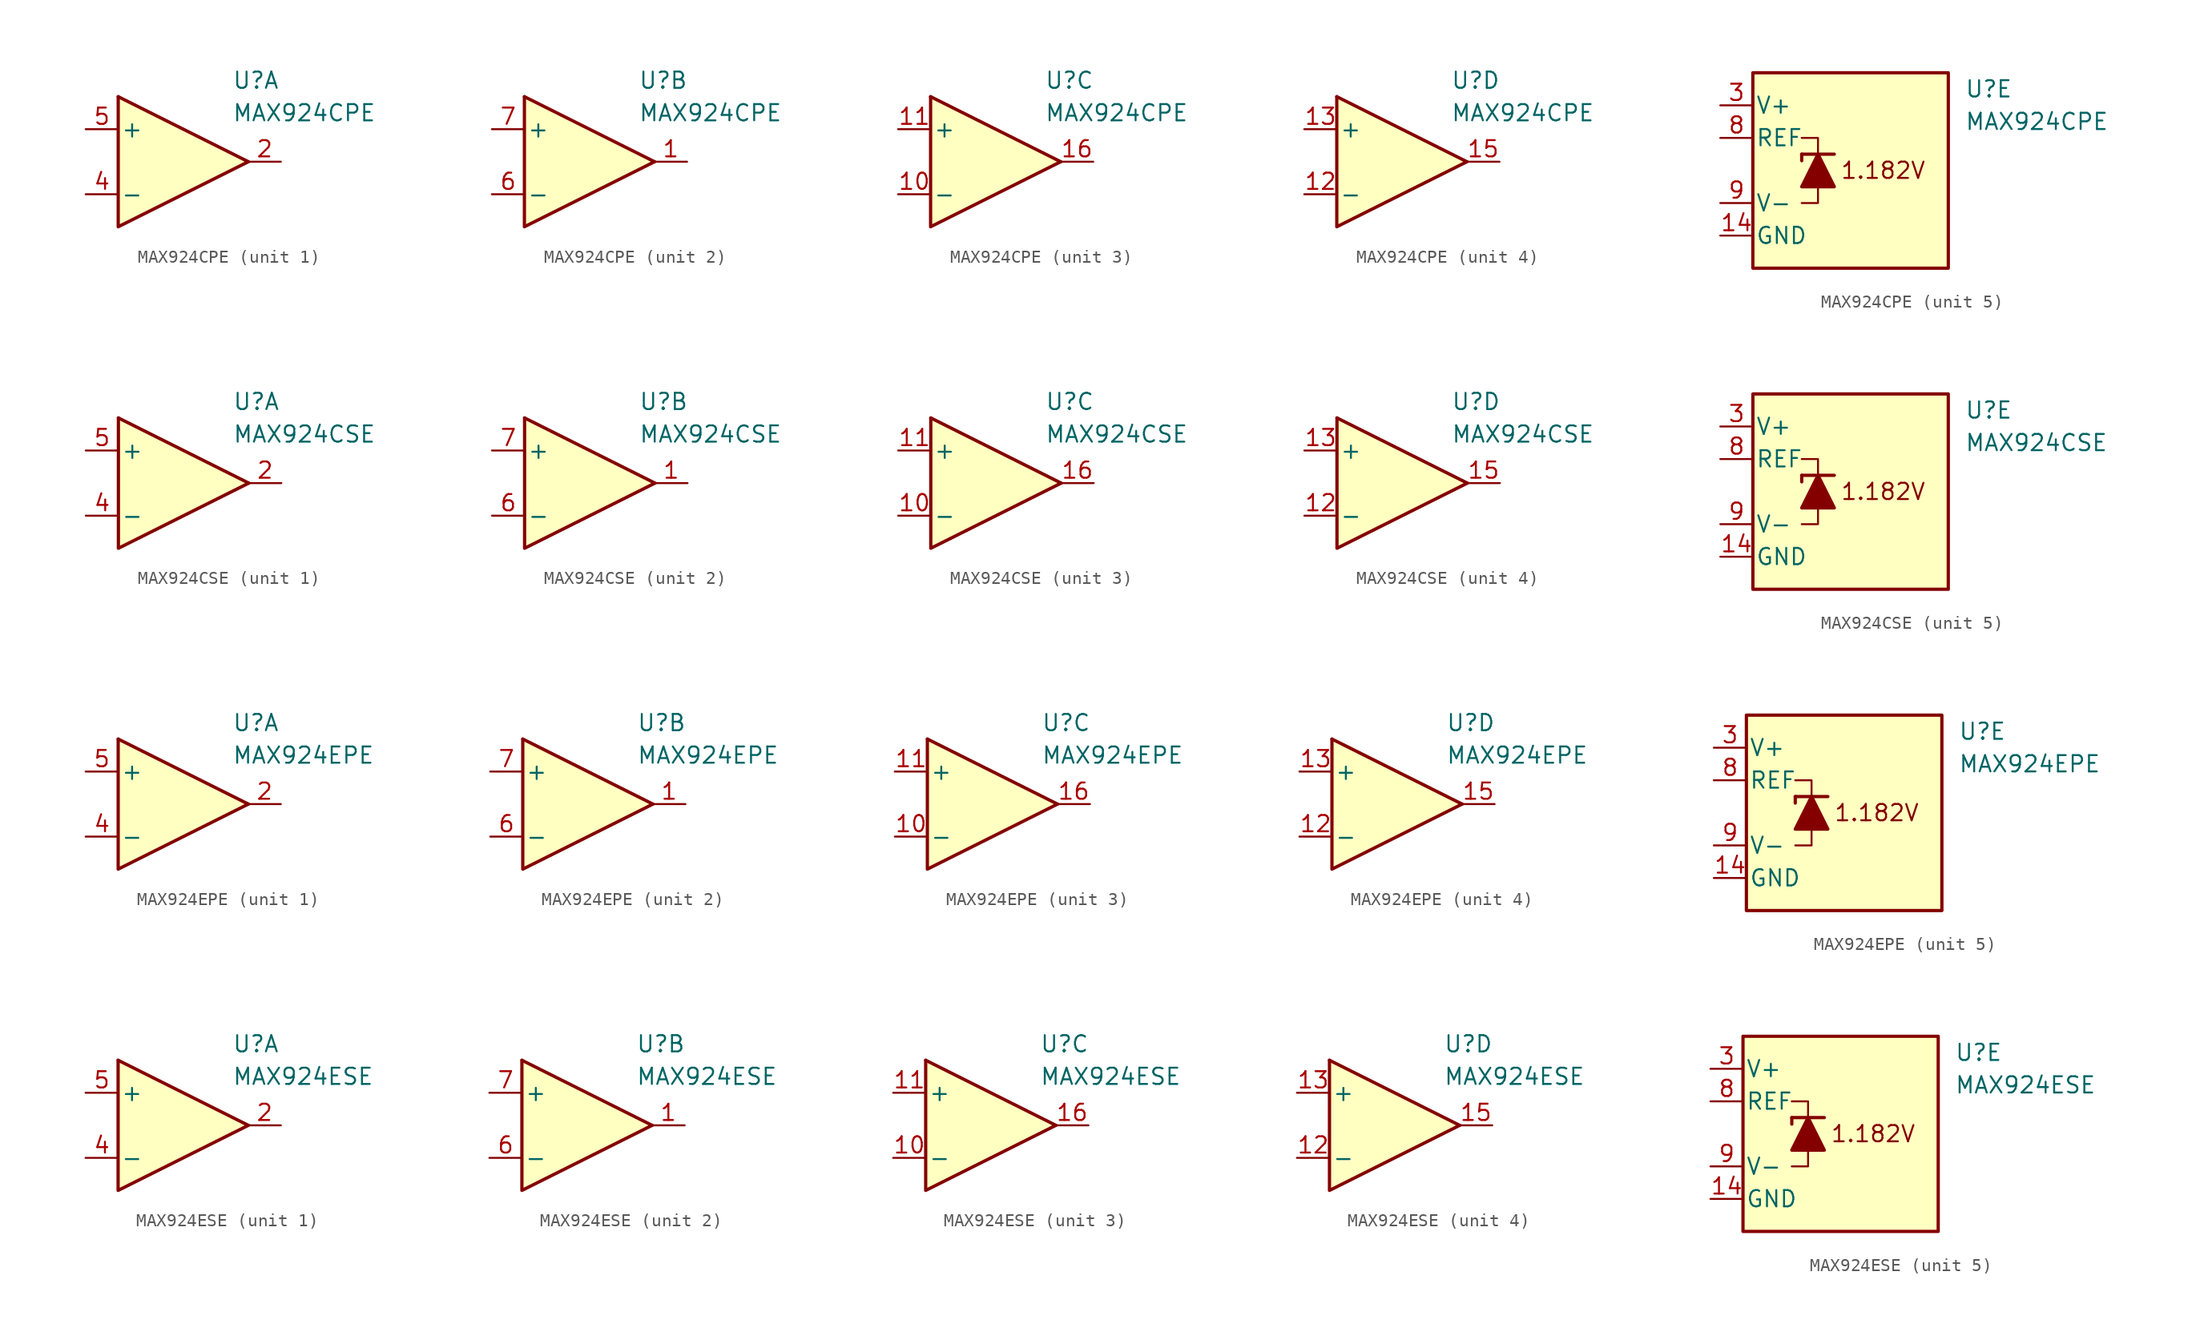
<source format=kicad_sym>
(kicad_symbol_lib
  (version 20231120)
  (generator "kicad_symbol_editor")
  (generator_version "8.0")
  (symbol "MAX924CPE"
    (pin_names
      (offset 0.2))
    (property "Reference" "U"
      (at 5.08 6.35 0)
      (effects (font (size 1.27 1.27)) (justify left)))
    (property "Value" "MAX924CPE"
      (at 5.08 3.81 0)
      (effects (font (size 1.27 1.27)) (justify left)))
    (property "ki_locked" ""
      (at 0 0 0)
      (effects (font (size 1.27 1.27))))
    (symbol "MAX924CPE_1_1"
      (polyline (pts (xy -3.81 5.08) (xy 6.35 0)) (stroke (width 0.254) (type default)) (fill (type none)))
      (polyline (pts (xy -3.81 5.08) (xy -3.81 -5.08) (xy 6.35 0)) (stroke (width 0.254) (type default)) (fill (type background)))
      (pin output line (at 8.89 0 180) (length 2.54) (name "~" (effects (font (size 1.27 1.27)))) (number "2" (effects (font (size 1.27 1.27)))))
      (pin input line (at -6.35 -2.54 0) (length 2.54) (name "-" (effects (font (size 1.27 1.27)))) (number "4" (effects (font (size 1.27 1.27)))))
      (pin input line (at -6.35 2.54 0) (length 2.54) (name "+" (effects (font (size 1.27 1.27)))) (number "5" (effects (font (size 1.27 1.27))))))
    (symbol "MAX924CPE_2_1"
      (polyline (pts (xy -3.81 5.08) (xy 6.35 0)) (stroke (width 0.254) (type default)) (fill (type none)))
      (polyline (pts (xy -3.81 5.08) (xy -3.81 -5.08) (xy 6.35 0)) (stroke (width 0.254) (type default)) (fill (type background)))
      (pin output line (at 8.89 0 180) (length 2.54) (name "~" (effects (font (size 1.27 1.27)))) (number "1" (effects (font (size 1.27 1.27)))))
      (pin input line (at -6.35 -2.54 0) (length 2.54) (name "-" (effects (font (size 1.27 1.27)))) (number "6" (effects (font (size 1.27 1.27)))))
      (pin input line (at -6.35 2.54 0) (length 2.54) (name "+" (effects (font (size 1.27 1.27)))) (number "7" (effects (font (size 1.27 1.27))))))
    (symbol "MAX924CPE_3_1"
      (polyline (pts (xy -3.81 5.08) (xy 6.35 0)) (stroke (width 0.254) (type default)) (fill (type none)))
      (polyline (pts (xy -3.81 5.08) (xy -3.81 -5.08) (xy 6.35 0)) (stroke (width 0.254) (type default)) (fill (type background)))
      (pin input line (at -6.35 -2.54 0) (length 2.54) (name "-" (effects (font (size 1.27 1.27)))) (number "10" (effects (font (size 1.27 1.27)))))
      (pin input line (at -6.35 2.54 0) (length 2.54) (name "+" (effects (font (size 1.27 1.27)))) (number "11" (effects (font (size 1.27 1.27)))))
      (pin output line (at 8.89 0 180) (length 2.54) (name "~" (effects (font (size 1.27 1.27)))) (number "16" (effects (font (size 1.27 1.27))))))
    (symbol "MAX924CPE_4_1"
      (polyline (pts (xy -3.81 5.08) (xy 6.35 0)) (stroke (width 0.254) (type default)) (fill (type none)))
      (polyline (pts (xy -3.81 5.08) (xy -3.81 -5.08) (xy 6.35 0)) (stroke (width 0.254) (type default)) (fill (type background)))
      (pin input line (at -6.35 -2.54 0) (length 2.54) (name "-" (effects (font (size 1.27 1.27)))) (number "12" (effects (font (size 1.27 1.27)))))
      (pin input line (at -6.35 2.54 0) (length 2.54) (name "+" (effects (font (size 1.27 1.27)))) (number "13" (effects (font (size 1.27 1.27)))))
      (pin output line (at 8.89 0 180) (length 2.54) (name "~" (effects (font (size 1.27 1.27)))) (number "15" (effects (font (size 1.27 1.27))))))
    (symbol "MAX924CPE_5_0"
      (text "1.182V" (at -1.27 0 0) (effects (font (size 1.27 1.27)))))
    (symbol "MAX924CPE_5_1"
      (rectangle (start -11.43 7.62) (end 3.81 -7.62) (stroke (width 0.254) (type default)) (fill (type background)))
      (polyline (pts (xy -7.62 1.27) (xy -7.62 0.762)) (stroke (width 0.254) (type default)) (fill (type none)))
      (polyline (pts (xy -7.62 1.27) (xy -5.08 1.27)) (stroke (width 0.254) (type default)) (fill (type none)))
      (polyline (pts (xy -6.35 -1.27) (xy -6.35 -2.54) (xy -7.62 -2.54)) (stroke (width 0) (type default)) (fill (type none)))
      (polyline (pts (xy -6.35 1.27) (xy -6.35 2.54) (xy -7.62 2.54)) (stroke (width 0) (type default)) (fill (type none)))
      (polyline (pts (xy -5.08 -1.27) (xy -7.62 -1.27) (xy -6.35 1.27) (xy -5.08 -1.27)) (stroke (width 0.254) (type default)) (fill (type outline)))
      (pin power_in line (at -13.97 -5.08 0) (length 2.54) (name "GND" (effects (font (size 1.27 1.27)))) (number "14" (effects (font (size 1.27 1.27)))))
      (pin power_in line (at -13.97 5.08 0) (length 2.54) (name "V+" (effects (font (size 1.27 1.27)))) (number "3" (effects (font (size 1.27 1.27)))))
      (pin output line (at -13.97 2.54 0) (length 2.54) (name "REF" (effects (font (size 1.27 1.27)))) (number "8" (effects (font (size 1.27 1.27)))))
      (pin power_in line (at -13.97 -2.54 0) (length 2.54) (name "V-" (effects (font (size 1.27 1.27)))) (number "9" (effects (font (size 1.27 1.27)))))))
  (symbol "MAX924CSE"
    (pin_names
      (offset 0.2))
    (property "Reference" "U"
      (at 5.08 6.35 0)
      (effects (font (size 1.27 1.27)) (justify left)))
    (property "Value" "MAX924CSE"
      (at 5.08 3.81 0)
      (effects (font (size 1.27 1.27)) (justify left)))
    (property "ki_locked" ""
      (at 0 0 0)
      (effects (font (size 1.27 1.27))))
    (symbol "MAX924CSE_1_1"
      (polyline (pts (xy -3.81 5.08) (xy 6.35 0)) (stroke (width 0.254) (type default)) (fill (type none)))
      (polyline (pts (xy -3.81 5.08) (xy -3.81 -5.08) (xy 6.35 0)) (stroke (width 0.254) (type default)) (fill (type background)))
      (pin output line (at 8.89 0 180) (length 2.54) (name "~" (effects (font (size 1.27 1.27)))) (number "2" (effects (font (size 1.27 1.27)))))
      (pin input line (at -6.35 -2.54 0) (length 2.54) (name "-" (effects (font (size 1.27 1.27)))) (number "4" (effects (font (size 1.27 1.27)))))
      (pin input line (at -6.35 2.54 0) (length 2.54) (name "+" (effects (font (size 1.27 1.27)))) (number "5" (effects (font (size 1.27 1.27))))))
    (symbol "MAX924CSE_2_1"
      (polyline (pts (xy -3.81 5.08) (xy 6.35 0)) (stroke (width 0.254) (type default)) (fill (type none)))
      (polyline (pts (xy -3.81 5.08) (xy -3.81 -5.08) (xy 6.35 0)) (stroke (width 0.254) (type default)) (fill (type background)))
      (pin output line (at 8.89 0 180) (length 2.54) (name "~" (effects (font (size 1.27 1.27)))) (number "1" (effects (font (size 1.27 1.27)))))
      (pin input line (at -6.35 -2.54 0) (length 2.54) (name "-" (effects (font (size 1.27 1.27)))) (number "6" (effects (font (size 1.27 1.27)))))
      (pin input line (at -6.35 2.54 0) (length 2.54) (name "+" (effects (font (size 1.27 1.27)))) (number "7" (effects (font (size 1.27 1.27))))))
    (symbol "MAX924CSE_3_1"
      (polyline (pts (xy -3.81 5.08) (xy 6.35 0)) (stroke (width 0.254) (type default)) (fill (type none)))
      (polyline (pts (xy -3.81 5.08) (xy -3.81 -5.08) (xy 6.35 0)) (stroke (width 0.254) (type default)) (fill (type background)))
      (pin input line (at -6.35 -2.54 0) (length 2.54) (name "-" (effects (font (size 1.27 1.27)))) (number "10" (effects (font (size 1.27 1.27)))))
      (pin input line (at -6.35 2.54 0) (length 2.54) (name "+" (effects (font (size 1.27 1.27)))) (number "11" (effects (font (size 1.27 1.27)))))
      (pin output line (at 8.89 0 180) (length 2.54) (name "~" (effects (font (size 1.27 1.27)))) (number "16" (effects (font (size 1.27 1.27))))))
    (symbol "MAX924CSE_4_1"
      (polyline (pts (xy -3.81 5.08) (xy 6.35 0)) (stroke (width 0.254) (type default)) (fill (type none)))
      (polyline (pts (xy -3.81 5.08) (xy -3.81 -5.08) (xy 6.35 0)) (stroke (width 0.254) (type default)) (fill (type background)))
      (pin input line (at -6.35 -2.54 0) (length 2.54) (name "-" (effects (font (size 1.27 1.27)))) (number "12" (effects (font (size 1.27 1.27)))))
      (pin input line (at -6.35 2.54 0) (length 2.54) (name "+" (effects (font (size 1.27 1.27)))) (number "13" (effects (font (size 1.27 1.27)))))
      (pin output line (at 8.89 0 180) (length 2.54) (name "~" (effects (font (size 1.27 1.27)))) (number "15" (effects (font (size 1.27 1.27))))))
    (symbol "MAX924CSE_5_0"
      (text "1.182V" (at -1.27 0 0) (effects (font (size 1.27 1.27)))))
    (symbol "MAX924CSE_5_1"
      (rectangle (start -11.43 7.62) (end 3.81 -7.62) (stroke (width 0.254) (type default)) (fill (type background)))
      (polyline (pts (xy -7.62 1.27) (xy -7.62 0.762)) (stroke (width 0.254) (type default)) (fill (type none)))
      (polyline (pts (xy -7.62 1.27) (xy -5.08 1.27)) (stroke (width 0.254) (type default)) (fill (type none)))
      (polyline (pts (xy -6.35 -1.27) (xy -6.35 -2.54) (xy -7.62 -2.54)) (stroke (width 0) (type default)) (fill (type none)))
      (polyline (pts (xy -6.35 1.27) (xy -6.35 2.54) (xy -7.62 2.54)) (stroke (width 0) (type default)) (fill (type none)))
      (polyline (pts (xy -5.08 -1.27) (xy -7.62 -1.27) (xy -6.35 1.27) (xy -5.08 -1.27)) (stroke (width 0.254) (type default)) (fill (type outline)))
      (pin power_in line (at -13.97 -5.08 0) (length 2.54) (name "GND" (effects (font (size 1.27 1.27)))) (number "14" (effects (font (size 1.27 1.27)))))
      (pin power_in line (at -13.97 5.08 0) (length 2.54) (name "V+" (effects (font (size 1.27 1.27)))) (number "3" (effects (font (size 1.27 1.27)))))
      (pin output line (at -13.97 2.54 0) (length 2.54) (name "REF" (effects (font (size 1.27 1.27)))) (number "8" (effects (font (size 1.27 1.27)))))
      (pin power_in line (at -13.97 -2.54 0) (length 2.54) (name "V-" (effects (font (size 1.27 1.27)))) (number "9" (effects (font (size 1.27 1.27)))))))
  (symbol "MAX924EPE"
    (pin_names
      (offset 0.2))
    (property "Reference" "U"
      (at 5.08 6.35 0)
      (effects (font (size 1.27 1.27)) (justify left)))
    (property "Value" "MAX924EPE"
      (at 5.08 3.81 0)
      (effects (font (size 1.27 1.27)) (justify left)))
    (property "ki_locked" ""
      (at 0 0 0)
      (effects (font (size 1.27 1.27))))
    (symbol "MAX924EPE_1_1"
      (polyline (pts (xy -3.81 5.08) (xy 6.35 0)) (stroke (width 0.254) (type default)) (fill (type none)))
      (polyline (pts (xy -3.81 5.08) (xy -3.81 -5.08) (xy 6.35 0)) (stroke (width 0.254) (type default)) (fill (type background)))
      (pin output line (at 8.89 0 180) (length 2.54) (name "~" (effects (font (size 1.27 1.27)))) (number "2" (effects (font (size 1.27 1.27)))))
      (pin input line (at -6.35 -2.54 0) (length 2.54) (name "-" (effects (font (size 1.27 1.27)))) (number "4" (effects (font (size 1.27 1.27)))))
      (pin input line (at -6.35 2.54 0) (length 2.54) (name "+" (effects (font (size 1.27 1.27)))) (number "5" (effects (font (size 1.27 1.27))))))
    (symbol "MAX924EPE_2_1"
      (polyline (pts (xy -3.81 5.08) (xy 6.35 0)) (stroke (width 0.254) (type default)) (fill (type none)))
      (polyline (pts (xy -3.81 5.08) (xy -3.81 -5.08) (xy 6.35 0)) (stroke (width 0.254) (type default)) (fill (type background)))
      (pin output line (at 8.89 0 180) (length 2.54) (name "~" (effects (font (size 1.27 1.27)))) (number "1" (effects (font (size 1.27 1.27)))))
      (pin input line (at -6.35 -2.54 0) (length 2.54) (name "-" (effects (font (size 1.27 1.27)))) (number "6" (effects (font (size 1.27 1.27)))))
      (pin input line (at -6.35 2.54 0) (length 2.54) (name "+" (effects (font (size 1.27 1.27)))) (number "7" (effects (font (size 1.27 1.27))))))
    (symbol "MAX924EPE_3_1"
      (polyline (pts (xy -3.81 5.08) (xy 6.35 0)) (stroke (width 0.254) (type default)) (fill (type none)))
      (polyline (pts (xy -3.81 5.08) (xy -3.81 -5.08) (xy 6.35 0)) (stroke (width 0.254) (type default)) (fill (type background)))
      (pin input line (at -6.35 -2.54 0) (length 2.54) (name "-" (effects (font (size 1.27 1.27)))) (number "10" (effects (font (size 1.27 1.27)))))
      (pin input line (at -6.35 2.54 0) (length 2.54) (name "+" (effects (font (size 1.27 1.27)))) (number "11" (effects (font (size 1.27 1.27)))))
      (pin output line (at 8.89 0 180) (length 2.54) (name "~" (effects (font (size 1.27 1.27)))) (number "16" (effects (font (size 1.27 1.27))))))
    (symbol "MAX924EPE_4_1"
      (polyline (pts (xy -3.81 5.08) (xy 6.35 0)) (stroke (width 0.254) (type default)) (fill (type none)))
      (polyline (pts (xy -3.81 5.08) (xy -3.81 -5.08) (xy 6.35 0)) (stroke (width 0.254) (type default)) (fill (type background)))
      (pin input line (at -6.35 -2.54 0) (length 2.54) (name "-" (effects (font (size 1.27 1.27)))) (number "12" (effects (font (size 1.27 1.27)))))
      (pin input line (at -6.35 2.54 0) (length 2.54) (name "+" (effects (font (size 1.27 1.27)))) (number "13" (effects (font (size 1.27 1.27)))))
      (pin output line (at 8.89 0 180) (length 2.54) (name "~" (effects (font (size 1.27 1.27)))) (number "15" (effects (font (size 1.27 1.27))))))
    (symbol "MAX924EPE_5_0"
      (text "1.182V" (at -1.27 0 0) (effects (font (size 1.27 1.27)))))
    (symbol "MAX924EPE_5_1"
      (rectangle (start -11.43 7.62) (end 3.81 -7.62) (stroke (width 0.254) (type default)) (fill (type background)))
      (polyline (pts (xy -7.62 1.27) (xy -7.62 0.762)) (stroke (width 0.254) (type default)) (fill (type none)))
      (polyline (pts (xy -7.62 1.27) (xy -5.08 1.27)) (stroke (width 0.254) (type default)) (fill (type none)))
      (polyline (pts (xy -6.35 -1.27) (xy -6.35 -2.54) (xy -7.62 -2.54)) (stroke (width 0) (type default)) (fill (type none)))
      (polyline (pts (xy -6.35 1.27) (xy -6.35 2.54) (xy -7.62 2.54)) (stroke (width 0) (type default)) (fill (type none)))
      (polyline (pts (xy -5.08 -1.27) (xy -7.62 -1.27) (xy -6.35 1.27) (xy -5.08 -1.27)) (stroke (width 0.254) (type default)) (fill (type outline)))
      (pin power_in line (at -13.97 -5.08 0) (length 2.54) (name "GND" (effects (font (size 1.27 1.27)))) (number "14" (effects (font (size 1.27 1.27)))))
      (pin power_in line (at -13.97 5.08 0) (length 2.54) (name "V+" (effects (font (size 1.27 1.27)))) (number "3" (effects (font (size 1.27 1.27)))))
      (pin output line (at -13.97 2.54 0) (length 2.54) (name "REF" (effects (font (size 1.27 1.27)))) (number "8" (effects (font (size 1.27 1.27)))))
      (pin power_in line (at -13.97 -2.54 0) (length 2.54) (name "V-" (effects (font (size 1.27 1.27)))) (number "9" (effects (font (size 1.27 1.27)))))))
  (symbol "MAX924ESE"
    (pin_names
      (offset 0.2))
    (property "Reference" "U"
      (at 5.08 6.35 0)
      (effects (font (size 1.27 1.27)) (justify left)))
    (property "Value" "MAX924ESE"
      (at 5.08 3.81 0)
      (effects (font (size 1.27 1.27)) (justify left)))
    (property "ki_locked" ""
      (at 0 0 0)
      (effects (font (size 1.27 1.27))))
    (symbol "MAX924ESE_1_1"
      (polyline (pts (xy -3.81 5.08) (xy 6.35 0)) (stroke (width 0.254) (type default)) (fill (type none)))
      (polyline (pts (xy -3.81 5.08) (xy -3.81 -5.08) (xy 6.35 0)) (stroke (width 0.254) (type default)) (fill (type background)))
      (pin output line (at 8.89 0 180) (length 2.54) (name "~" (effects (font (size 1.27 1.27)))) (number "2" (effects (font (size 1.27 1.27)))))
      (pin input line (at -6.35 -2.54 0) (length 2.54) (name "-" (effects (font (size 1.27 1.27)))) (number "4" (effects (font (size 1.27 1.27)))))
      (pin input line (at -6.35 2.54 0) (length 2.54) (name "+" (effects (font (size 1.27 1.27)))) (number "5" (effects (font (size 1.27 1.27))))))
    (symbol "MAX924ESE_2_1"
      (polyline (pts (xy -3.81 5.08) (xy 6.35 0)) (stroke (width 0.254) (type default)) (fill (type none)))
      (polyline (pts (xy -3.81 5.08) (xy -3.81 -5.08) (xy 6.35 0)) (stroke (width 0.254) (type default)) (fill (type background)))
      (pin output line (at 8.89 0 180) (length 2.54) (name "~" (effects (font (size 1.27 1.27)))) (number "1" (effects (font (size 1.27 1.27)))))
      (pin input line (at -6.35 -2.54 0) (length 2.54) (name "-" (effects (font (size 1.27 1.27)))) (number "6" (effects (font (size 1.27 1.27)))))
      (pin input line (at -6.35 2.54 0) (length 2.54) (name "+" (effects (font (size 1.27 1.27)))) (number "7" (effects (font (size 1.27 1.27))))))
    (symbol "MAX924ESE_3_1"
      (polyline (pts (xy -3.81 5.08) (xy 6.35 0)) (stroke (width 0.254) (type default)) (fill (type none)))
      (polyline (pts (xy -3.81 5.08) (xy -3.81 -5.08) (xy 6.35 0)) (stroke (width 0.254) (type default)) (fill (type background)))
      (pin input line (at -6.35 -2.54 0) (length 2.54) (name "-" (effects (font (size 1.27 1.27)))) (number "10" (effects (font (size 1.27 1.27)))))
      (pin input line (at -6.35 2.54 0) (length 2.54) (name "+" (effects (font (size 1.27 1.27)))) (number "11" (effects (font (size 1.27 1.27)))))
      (pin output line (at 8.89 0 180) (length 2.54) (name "~" (effects (font (size 1.27 1.27)))) (number "16" (effects (font (size 1.27 1.27))))))
    (symbol "MAX924ESE_4_1"
      (polyline (pts (xy -3.81 5.08) (xy 6.35 0)) (stroke (width 0.254) (type default)) (fill (type none)))
      (polyline (pts (xy -3.81 5.08) (xy -3.81 -5.08) (xy 6.35 0)) (stroke (width 0.254) (type default)) (fill (type background)))
      (pin input line (at -6.35 -2.54 0) (length 2.54) (name "-" (effects (font (size 1.27 1.27)))) (number "12" (effects (font (size 1.27 1.27)))))
      (pin input line (at -6.35 2.54 0) (length 2.54) (name "+" (effects (font (size 1.27 1.27)))) (number "13" (effects (font (size 1.27 1.27)))))
      (pin output line (at 8.89 0 180) (length 2.54) (name "~" (effects (font (size 1.27 1.27)))) (number "15" (effects (font (size 1.27 1.27))))))
    (symbol "MAX924ESE_5_0"
      (text "1.182V" (at -1.27 0 0) (effects (font (size 1.27 1.27)))))
    (symbol "MAX924ESE_5_1"
      (rectangle (start -11.43 7.62) (end 3.81 -7.62) (stroke (width 0.254) (type default)) (fill (type background)))
      (polyline (pts (xy -7.62 1.27) (xy -7.62 0.762)) (stroke (width 0.254) (type default)) (fill (type none)))
      (polyline (pts (xy -7.62 1.27) (xy -5.08 1.27)) (stroke (width 0.254) (type default)) (fill (type none)))
      (polyline (pts (xy -6.35 -1.27) (xy -6.35 -2.54) (xy -7.62 -2.54)) (stroke (width 0) (type default)) (fill (type none)))
      (polyline (pts (xy -6.35 1.27) (xy -6.35 2.54) (xy -7.62 2.54)) (stroke (width 0) (type default)) (fill (type none)))
      (polyline (pts (xy -5.08 -1.27) (xy -7.62 -1.27) (xy -6.35 1.27) (xy -5.08 -1.27)) (stroke (width 0.254) (type default)) (fill (type outline)))
      (pin power_in line (at -13.97 -5.08 0) (length 2.54) (name "GND" (effects (font (size 1.27 1.27)))) (number "14" (effects (font (size 1.27 1.27)))))
      (pin power_in line (at -13.97 5.08 0) (length 2.54) (name "V+" (effects (font (size 1.27 1.27)))) (number "3" (effects (font (size 1.27 1.27)))))
      (pin output line (at -13.97 2.54 0) (length 2.54) (name "REF" (effects (font (size 1.27 1.27)))) (number "8" (effects (font (size 1.27 1.27)))))
      (pin power_in line (at -13.97 -2.54 0) (length 2.54) (name "V-" (effects (font (size 1.27 1.27)))) (number "9" (effects (font (size 1.27 1.27))))))))
</source>
